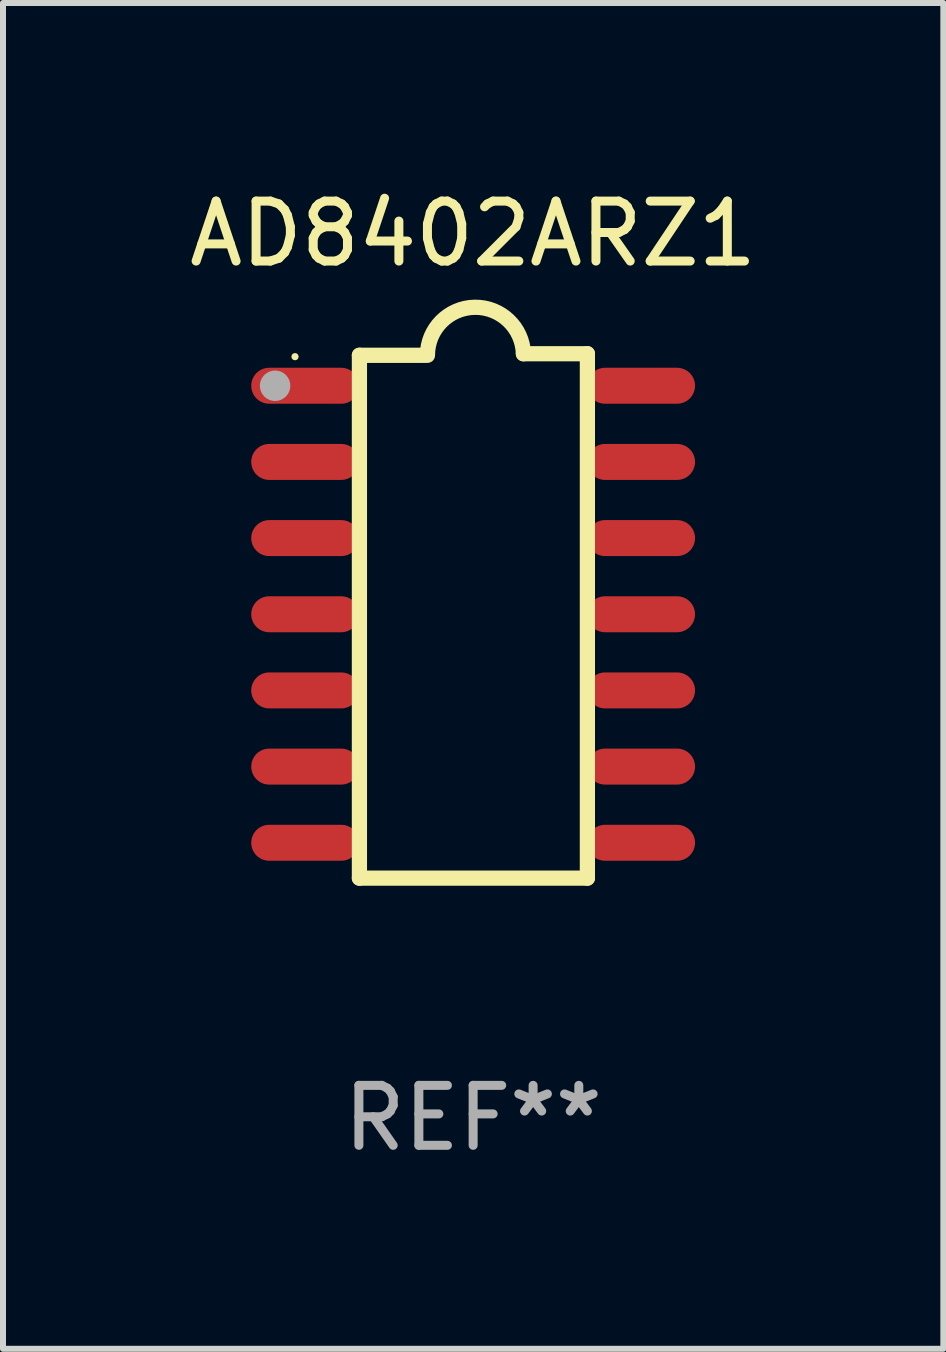
<source format=kicad_pcb>
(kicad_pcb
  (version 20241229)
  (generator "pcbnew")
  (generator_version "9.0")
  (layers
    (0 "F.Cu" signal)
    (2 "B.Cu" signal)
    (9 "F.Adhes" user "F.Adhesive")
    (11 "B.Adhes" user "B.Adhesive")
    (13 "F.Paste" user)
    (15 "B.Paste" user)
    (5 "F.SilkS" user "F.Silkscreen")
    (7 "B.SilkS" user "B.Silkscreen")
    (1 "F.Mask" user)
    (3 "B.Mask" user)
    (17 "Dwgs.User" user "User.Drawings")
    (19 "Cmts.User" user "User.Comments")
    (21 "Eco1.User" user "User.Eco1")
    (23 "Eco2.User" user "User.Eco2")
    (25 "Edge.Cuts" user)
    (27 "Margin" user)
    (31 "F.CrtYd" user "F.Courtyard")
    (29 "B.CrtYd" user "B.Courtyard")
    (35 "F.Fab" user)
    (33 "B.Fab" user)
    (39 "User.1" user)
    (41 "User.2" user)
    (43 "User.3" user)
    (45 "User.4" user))
  (footprint "AD8402ARZ1"
    (layer "F.Cu")
    (at 4.839 7.22)
    (property "Reference" "AD8402ARZ1" (at 0 -6.372 0) (layer "F.SilkS") (effects (font (size 1 1) (thickness 0.15))))
    (attr through_hole)
    (fp_line (start -1.896 -4.346) (end -0.813 -4.346) (stroke (width 0.254) (type solid)) (layer "F.SilkS"))
    (fp_line (start -1.896 4.372) (end -1.896 -4.346) (stroke (width 0.254) (type solid)) (layer "F.SilkS"))
    (fp_line (start 0.838 -4.372) (end 1.905 -4.372) (stroke (width 0.254) (type solid)) (layer "F.SilkS"))
    (fp_line (start 1.905 -4.372) (end 1.905 4.372) (stroke (width 0.254) (type solid)) (layer "F.SilkS"))
    (fp_line (start 1.905 4.372) (end -1.896 4.372) (stroke (width 0.254) (type solid)) (layer "F.SilkS"))
    (fp_arc (start -0.761799 -4.346291) (mid 0.025807 -5.146222) (end 0.838405 -4.371692) (stroke (width 0.254001) (type solid)) (layer "F.SilkS"))
    (fp_circle (center -2.97 -4.323) (end -2.94 -4.323) (stroke (width 0.06) (type solid)) (fill no) (layer "F.SilkS"))
    (fp_circle (center -3.302 -3.838) (end -3.175 -3.838) (stroke (width 0.254) (type solid)) (fill no) (layer "F.Fab"))
    (fp_text user "REF**" (at 0 8.372 0) (layer "F.Fab") (effects (font (size 1 1) (thickness 0.15))))
    (pad "1" smd oval (at -2.8 -3.838) (size 1.8 0.6) (layers "F.Cu" "F.Mask" "F.Paste"))
    (pad "2" smd oval (at -2.8 -2.568) (size 1.8 0.6) (layers "F.Cu" "F.Mask" "F.Paste"))
    (pad "3" smd oval (at -2.8 -1.298) (size 1.8 0.6) (layers "F.Cu" "F.Mask" "F.Paste"))
    (pad "4" smd oval (at -2.8 -0.028) (size 1.8 0.6) (layers "F.Cu" "F.Mask" "F.Paste"))
    (pad "5" smd oval (at -2.8 1.242) (size 1.8 0.6) (layers "F.Cu" "F.Mask" "F.Paste"))
    (pad "6" smd oval (at -2.8 2.512) (size 1.8 0.6) (layers "F.Cu" "F.Mask" "F.Paste"))
    (pad "7" smd oval (at -2.8 3.782) (size 1.8 0.6) (layers "F.Cu" "F.Mask" "F.Paste"))
    (pad "8" smd oval (at 2.8 3.782) (size 1.8 0.6) (layers "F.Cu" "F.Mask" "F.Paste"))
    (pad "9" smd oval (at 2.8 2.512) (size 1.8 0.6) (layers "F.Cu" "F.Mask" "F.Paste"))
    (pad "10" smd oval (at 2.8 1.242) (size 1.8 0.6) (layers "F.Cu" "F.Mask" "F.Paste"))
    (pad "11" smd oval (at 2.8 -0.028) (size 1.8 0.6) (layers "F.Cu" "F.Mask" "F.Paste"))
    (pad "12" smd oval (at 2.8 -1.298) (size 1.8 0.6) (layers "F.Cu" "F.Mask" "F.Paste"))
    (pad "13" smd oval (at 2.8 -2.568) (size 1.8 0.6) (layers "F.Cu" "F.Mask" "F.Paste"))
    (pad "14" smd oval (at 2.8 -3.838) (size 1.8 0.6) (layers "F.Cu" "F.Mask" "F.Paste")))
  (gr_rect
    (start -3 -3)
    (end 12.679 19.44)
    (stroke (width 0.1) (type default))
    (fill no)
    (layer "Edge.Cuts")))
</source>
